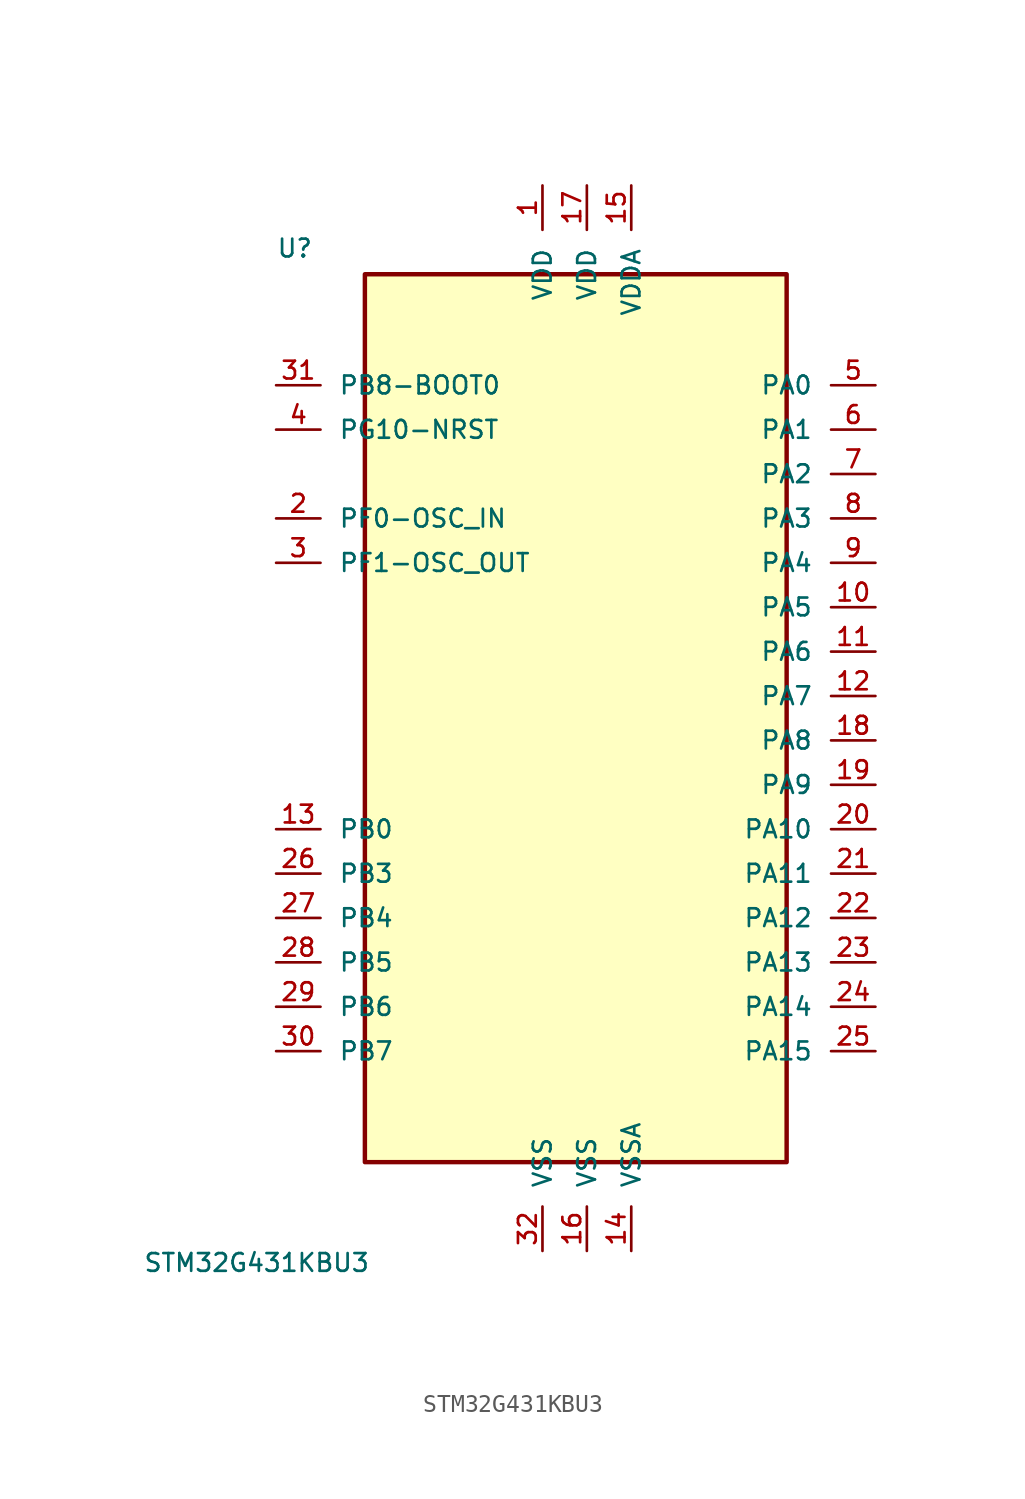
<source format=kicad_sym>
(kicad_symbol_lib
  (version 20211014)
  (generator kicad_symbol_editor)
  (symbol "STM32G431KBU3"
    (pin_names
      (offset 1.016))
    (property "Reference" "U"
      (at -17.78 31.369 0)
      (effects (font (size 1.016 1.016)) (justify left bottom)))
    (property "Value" "STM32G431KBU3"
      (at -25.4 -26.67 0)
      (effects (font (size 1.016 1.016)) (justify left bottom)))
    (symbol "STM32G431KBU3_0_0"
      (rectangle (start -12.7 30.48) (end 11.43 -20.32) (stroke (width 0.254) (type default) (color 0 0 0 0)) (fill (type background)))
      (pin power_in line (at -2.54 35.56 270) (length 2.54) (name "VDD" (effects (font (size 1.016 1.016)))) (number "1" (effects (font (size 1.016 1.016)))))
      (pin bidirectional line (at 16.51 11.43 180) (length 2.54) (name "PA5" (effects (font (size 1.016 1.016)))) (number "10" (effects (font (size 1.016 1.016)))))
      (pin bidirectional line (at 16.51 8.89 180) (length 2.54) (name "PA6" (effects (font (size 1.016 1.016)))) (number "11" (effects (font (size 1.016 1.016)))))
      (pin bidirectional line (at 16.51 6.35 180) (length 2.54) (name "PA7" (effects (font (size 1.016 1.016)))) (number "12" (effects (font (size 1.016 1.016)))))
      (pin bidirectional line (at -17.78 -1.27 0) (length 2.54) (name "PB0" (effects (font (size 1.016 1.016)))) (number "13" (effects (font (size 1.016 1.016)))))
      (pin power_in line (at 2.54 -25.4 90) (length 2.54) (name "VSSA" (effects (font (size 1.016 1.016)))) (number "14" (effects (font (size 1.016 1.016)))))
      (pin power_in line (at 2.54 35.56 270) (length 2.54) (name "VDDA" (effects (font (size 1.016 1.016)))) (number "15" (effects (font (size 1.016 1.016)))))
      (pin power_in line (at 0 -25.4 90) (length 2.54) (name "VSS" (effects (font (size 1.016 1.016)))) (number "16" (effects (font (size 1.016 1.016)))))
      (pin power_in line (at 0 35.56 270) (length 2.54) (name "VDD" (effects (font (size 1.016 1.016)))) (number "17" (effects (font (size 1.016 1.016)))))
      (pin bidirectional line (at 16.51 3.81 180) (length 2.54) (name "PA8" (effects (font (size 1.016 1.016)))) (number "18" (effects (font (size 1.016 1.016)))))
      (pin bidirectional line (at 16.51 1.27 180) (length 2.54) (name "PA9" (effects (font (size 1.016 1.016)))) (number "19" (effects (font (size 1.016 1.016)))))
      (pin bidirectional line (at -17.78 16.51 0) (length 2.54) (name "PF0-OSC_IN" (effects (font (size 1.016 1.016)))) (number "2" (effects (font (size 1.016 1.016)))))
      (pin bidirectional line (at 16.51 -1.27 180) (length 2.54) (name "PA10" (effects (font (size 1.016 1.016)))) (number "20" (effects (font (size 1.016 1.016)))))
      (pin bidirectional line (at 16.51 -3.81 180) (length 2.54) (name "PA11" (effects (font (size 1.016 1.016)))) (number "21" (effects (font (size 1.016 1.016)))))
      (pin bidirectional line (at 16.51 -6.35 180) (length 2.54) (name "PA12" (effects (font (size 1.016 1.016)))) (number "22" (effects (font (size 1.016 1.016)))))
      (pin bidirectional line (at 16.51 -8.89 180) (length 2.54) (name "PA13" (effects (font (size 1.016 1.016)))) (number "23" (effects (font (size 1.016 1.016)))))
      (pin bidirectional line (at 16.51 -11.43 180) (length 2.54) (name "PA14" (effects (font (size 1.016 1.016)))) (number "24" (effects (font (size 1.016 1.016)))))
      (pin bidirectional line (at 16.51 -13.97 180) (length 2.54) (name "PA15" (effects (font (size 1.016 1.016)))) (number "25" (effects (font (size 1.016 1.016)))))
      (pin bidirectional line (at -17.78 -3.81 0) (length 2.54) (name "PB3" (effects (font (size 1.016 1.016)))) (number "26" (effects (font (size 1.016 1.016)))))
      (pin bidirectional line (at -17.78 -6.35 0) (length 2.54) (name "PB4" (effects (font (size 1.016 1.016)))) (number "27" (effects (font (size 1.016 1.016)))))
      (pin bidirectional line (at -17.78 -8.89 0) (length 2.54) (name "PB5" (effects (font (size 1.016 1.016)))) (number "28" (effects (font (size 1.016 1.016)))))
      (pin bidirectional line (at -17.78 -11.43 0) (length 2.54) (name "PB6" (effects (font (size 1.016 1.016)))) (number "29" (effects (font (size 1.016 1.016)))))
      (pin bidirectional line (at -17.78 13.97 0) (length 2.54) (name "PF1-OSC_OUT" (effects (font (size 1.016 1.016)))) (number "3" (effects (font (size 1.016 1.016)))))
      (pin bidirectional line (at -17.78 -13.97 0) (length 2.54) (name "PB7" (effects (font (size 1.016 1.016)))) (number "30" (effects (font (size 1.016 1.016)))))
      (pin bidirectional line (at -17.78 24.13 0) (length 2.54) (name "PB8-BOOT0" (effects (font (size 1.016 1.016)))) (number "31" (effects (font (size 1.016 1.016)))))
      (pin power_in line (at -2.54 -25.4 90) (length 2.54) (name "VSS" (effects (font (size 1.016 1.016)))) (number "32" (effects (font (size 1.016 1.016)))))
      (pin bidirectional line (at -17.78 21.59 0) (length 2.54) (name "PG10-NRST" (effects (font (size 1.016 1.016)))) (number "4" (effects (font (size 1.016 1.016)))))
      (pin bidirectional line (at 16.51 24.13 180) (length 2.54) (name "PA0" (effects (font (size 1.016 1.016)))) (number "5" (effects (font (size 1.016 1.016)))))
      (pin bidirectional line (at 16.51 21.59 180) (length 2.54) (name "PA1" (effects (font (size 1.016 1.016)))) (number "6" (effects (font (size 1.016 1.016)))))
      (pin bidirectional line (at 16.51 19.05 180) (length 2.54) (name "PA2" (effects (font (size 1.016 1.016)))) (number "7" (effects (font (size 1.016 1.016)))))
      (pin bidirectional line (at 16.51 16.51 180) (length 2.54) (name "PA3" (effects (font (size 1.016 1.016)))) (number "8" (effects (font (size 1.016 1.016)))))
      (pin bidirectional line (at 16.51 13.97 180) (length 2.54) (name "PA4" (effects (font (size 1.016 1.016)))) (number "9" (effects (font (size 1.016 1.016))))))))
</source>
